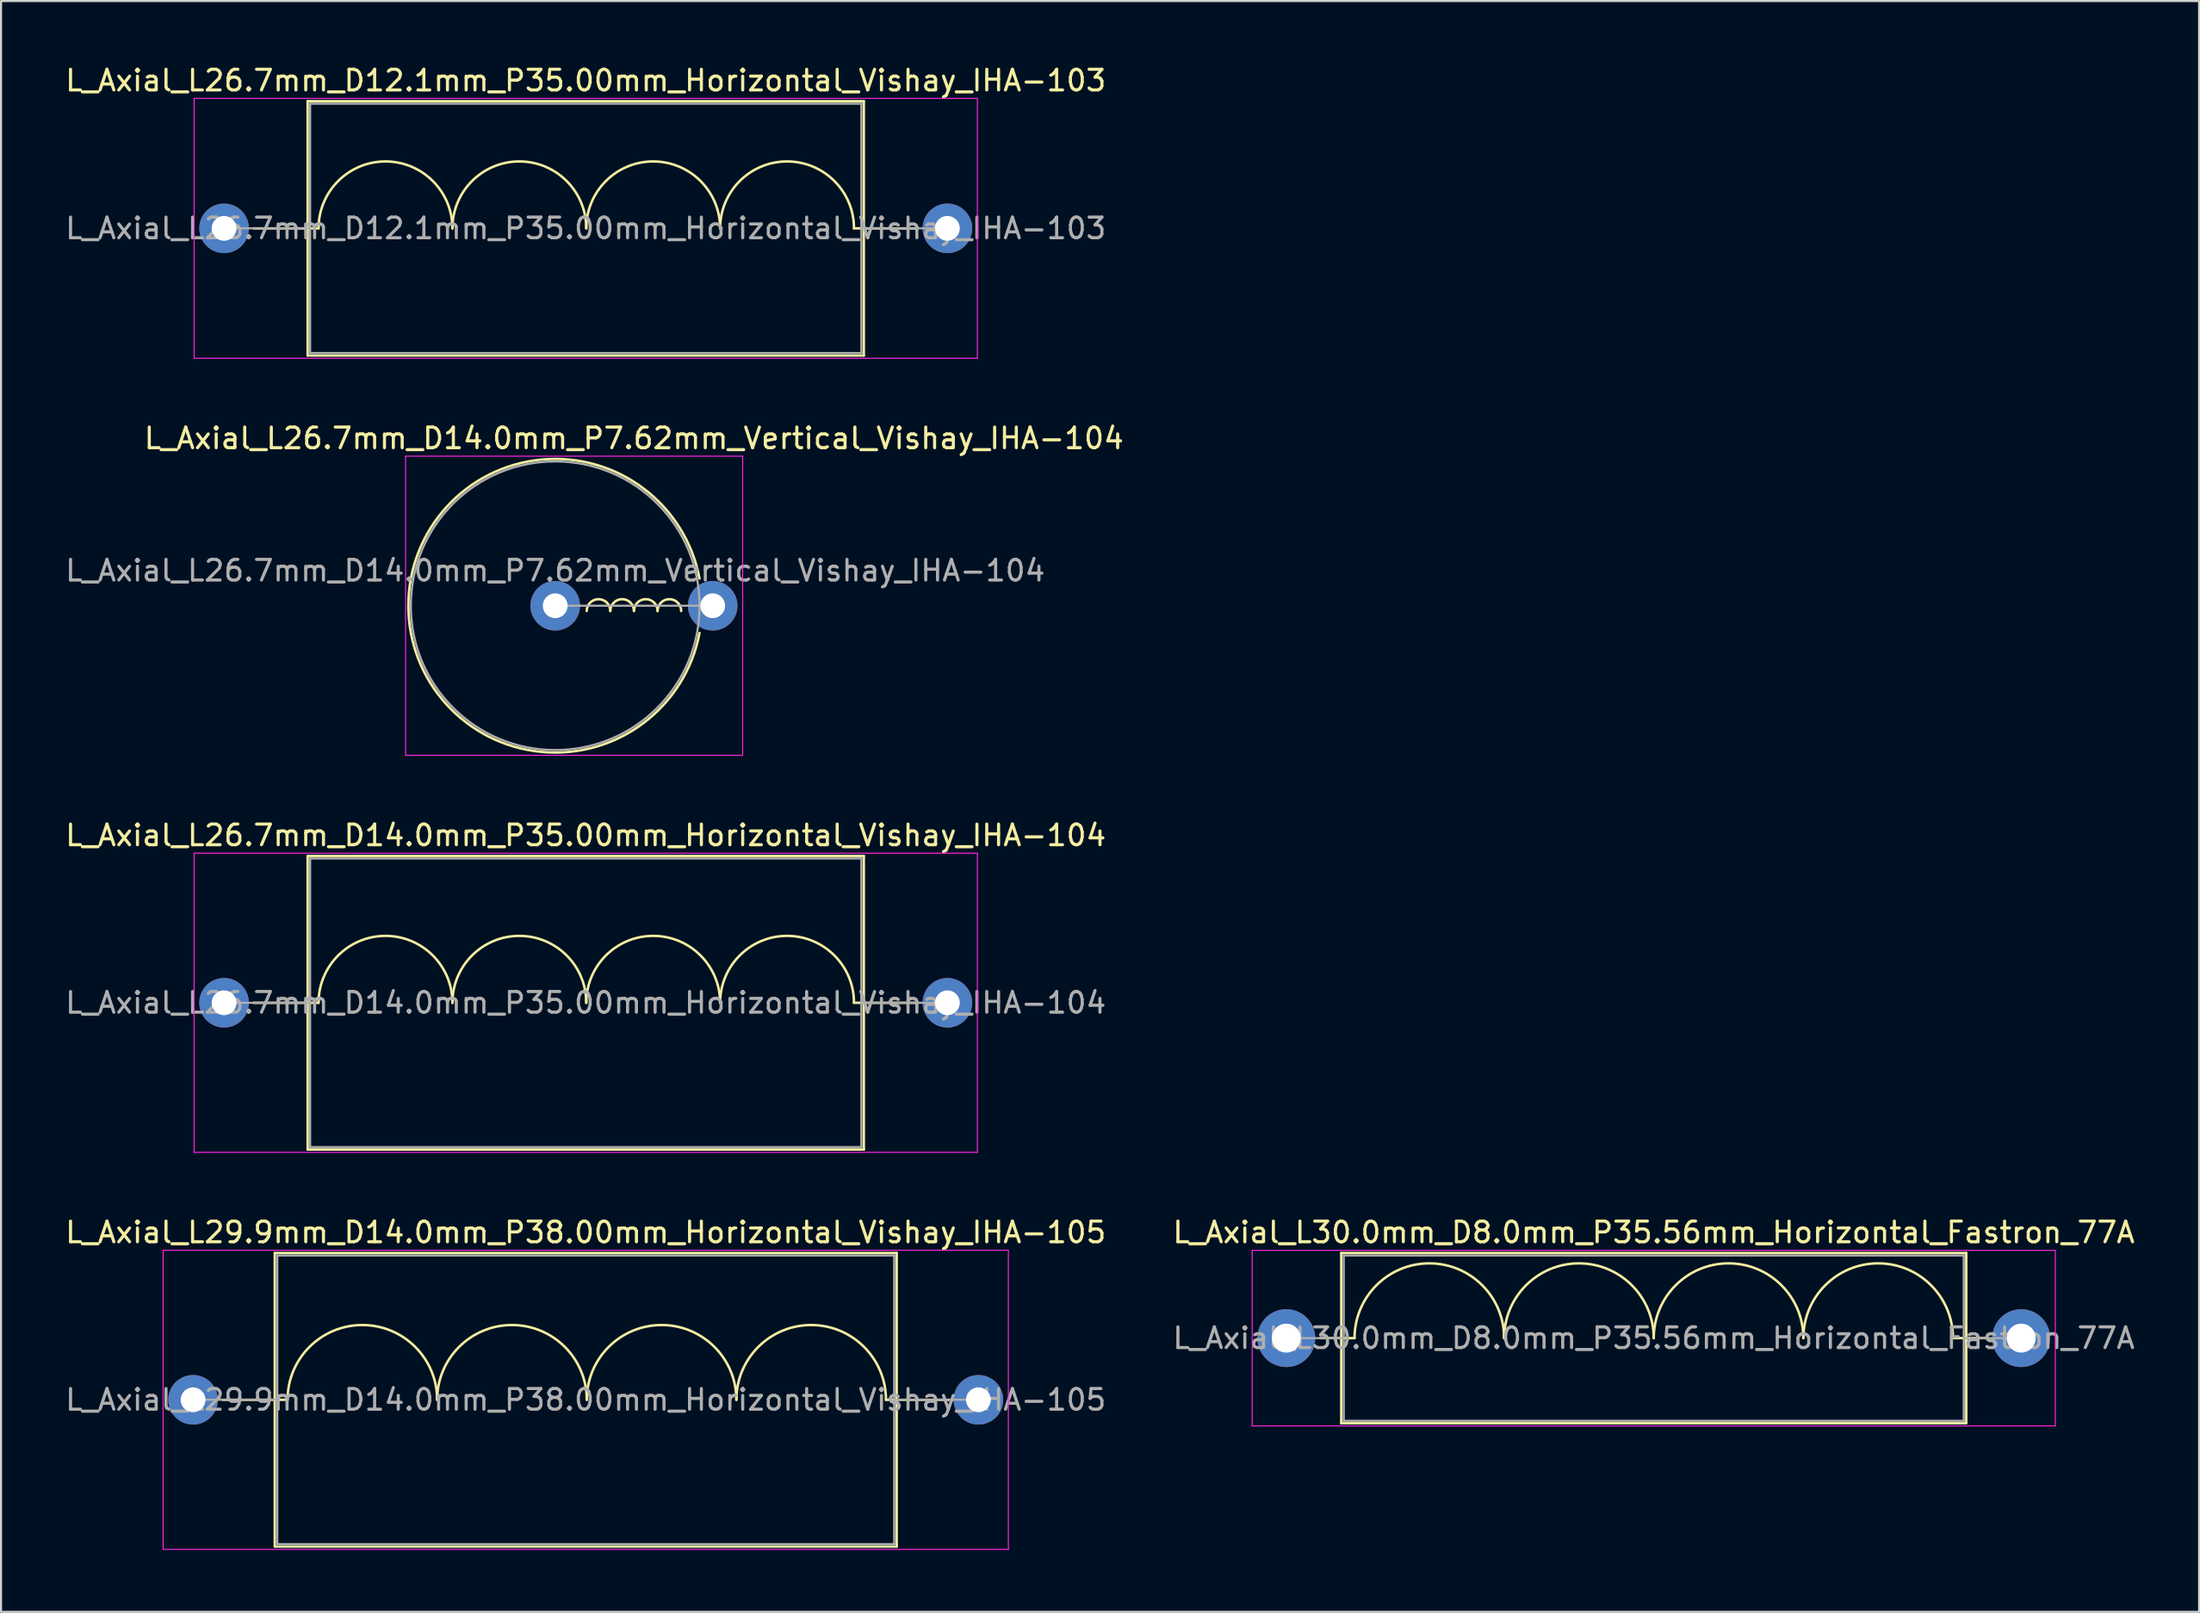
<source format=kicad_pcb>
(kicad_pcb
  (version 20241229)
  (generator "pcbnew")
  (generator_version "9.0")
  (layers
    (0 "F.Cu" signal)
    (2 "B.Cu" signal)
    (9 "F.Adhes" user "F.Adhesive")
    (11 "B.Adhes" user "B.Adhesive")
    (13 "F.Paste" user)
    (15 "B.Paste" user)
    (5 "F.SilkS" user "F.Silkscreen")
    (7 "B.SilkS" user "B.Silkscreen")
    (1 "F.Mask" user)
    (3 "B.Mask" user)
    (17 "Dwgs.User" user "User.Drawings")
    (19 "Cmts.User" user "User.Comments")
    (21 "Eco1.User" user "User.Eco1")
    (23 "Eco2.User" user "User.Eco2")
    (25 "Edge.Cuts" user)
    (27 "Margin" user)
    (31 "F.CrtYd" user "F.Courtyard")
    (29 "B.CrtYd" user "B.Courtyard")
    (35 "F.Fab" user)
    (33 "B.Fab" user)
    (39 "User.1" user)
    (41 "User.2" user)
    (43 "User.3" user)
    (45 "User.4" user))
  (footprint "L_Axial_L29.9mm_D14.0mm_P38.00mm_Horizontal_Vishay_IHA-105"
    (layer "F.Cu")
    (at 6.292 64.708)
    (property "Reference" "L_Axial_L29.9mm_D14.0mm_P38.00mm_Horizontal_Vishay_IHA-105" (at 19 -8.105 0) (layer "F.SilkS") (effects (font (size 1 1) (thickness 0.15))))
    (attr through_hole)
    (fp_line (start 1.44 0) (end 3.955 0) (stroke (width 0.12) (type solid)) (layer "F.SilkS"))
    (fp_line (start 3.955 -7.105) (end 3.955 7.105) (stroke (width 0.12) (type solid)) (layer "F.SilkS"))
    (fp_line (start 3.955 7.105) (end 34.045 7.105) (stroke (width 0.12) (type solid)) (layer "F.SilkS"))
    (fp_line (start 4.572 0) (end 3.955 0) (stroke (width 0.12) (type solid)) (layer "F.SilkS"))
    (fp_line (start 33.528 0) (end 34.036 0) (stroke (width 0.12) (type solid)) (layer "F.SilkS"))
    (fp_line (start 34.045 -7.105) (end 3.955 -7.105) (stroke (width 0.12) (type solid)) (layer "F.SilkS"))
    (fp_line (start 34.045 7.105) (end 34.045 -7.105) (stroke (width 0.12) (type solid)) (layer "F.SilkS"))
    (fp_line (start 36.56 0) (end 34.045 0) (stroke (width 0.12) (type solid)) (layer "F.SilkS"))
    (fp_arc (start 4.572 0) (mid 8.1915 -3.6195) (end 11.811 0) (stroke (width 0.12) (type solid)) (layer "F.SilkS"))
    (fp_arc (start 11.811 0) (mid 15.4305 -3.6195) (end 19.05 0) (stroke (width 0.12) (type solid)) (layer "F.SilkS"))
    (fp_arc (start 19.05 0) (mid 22.6695 -3.6195) (end 26.289 0) (stroke (width 0.12) (type solid)) (layer "F.SilkS"))
    (fp_arc (start 26.289 0) (mid 29.9085 -3.6195) (end 33.528 0) (stroke (width 0.12) (type solid)) (layer "F.SilkS"))
    (fp_line (start -1.45 -7.24) (end -1.45 7.24) (stroke (width 0.05) (type solid)) (layer "F.CrtYd"))
    (fp_line (start -1.45 7.24) (end 39.45 7.24) (stroke (width 0.05) (type solid)) (layer "F.CrtYd"))
    (fp_line (start 39.45 -7.24) (end -1.45 -7.24) (stroke (width 0.05) (type solid)) (layer "F.CrtYd"))
    (fp_line (start 39.45 7.24) (end 39.45 -7.24) (stroke (width 0.05) (type solid)) (layer "F.CrtYd"))
    (fp_line (start 0 0) (end 4.075 0) (stroke (width 0.1) (type solid)) (layer "F.Fab"))
    (fp_line (start 4.075 -6.985) (end 4.075 6.985) (stroke (width 0.1) (type solid)) (layer "F.Fab"))
    (fp_line (start 4.075 6.985) (end 33.925 6.985) (stroke (width 0.1) (type solid)) (layer "F.Fab"))
    (fp_line (start 33.925 -6.985) (end 4.075 -6.985) (stroke (width 0.1) (type solid)) (layer "F.Fab"))
    (fp_line (start 33.925 6.985) (end 33.925 -6.985) (stroke (width 0.1) (type solid)) (layer "F.Fab"))
    (fp_line (start 38 0) (end 33.925 0) (stroke (width 0.1) (type solid)) (layer "F.Fab"))
    (fp_text user "${REFERENCE}" (at 19 0 0) (layer "F.Fab") (effects (font (size 1 1) (thickness 0.15))))
    (pad "1" thru_hole circle (at 0 0) (size 2.4 2.4) (drill 1.2) (layers "*.Cu" "*.Mask"))
    (pad "2" thru_hole oval (at 38 0) (size 2.4 2.4) (drill 1.2) (layers "*.Cu" "*.Mask")))
  (footprint "L_Axial_L30.0mm_D8.0mm_P35.56mm_Horizontal_Fastron_77A"
    (layer "F.Cu")
    (at 59.19 61.723)
    (property "Reference" "L_Axial_L30.0mm_D8.0mm_P35.56mm_Horizontal_Fastron_77A" (at 17.78 -5.12 0) (layer "F.SilkS") (effects (font (size 1 1) (thickness 0.15))))
    (attr through_hole)
    (fp_line (start 1.64 0) (end 2.66 0) (stroke (width 0.12) (type solid)) (layer "F.SilkS"))
    (fp_line (start 2.66 -4.12) (end 2.66 4.12) (stroke (width 0.12) (type solid)) (layer "F.SilkS"))
    (fp_line (start 2.66 4.12) (end 32.9 4.12) (stroke (width 0.12) (type solid)) (layer "F.SilkS"))
    (fp_line (start 3.302 0) (end 2.685 0) (stroke (width 0.12) (type solid)) (layer "F.SilkS"))
    (fp_line (start 32.258 0) (end 32.893 0) (stroke (width 0.12) (type solid)) (layer "F.SilkS"))
    (fp_line (start 32.9 -4.12) (end 2.66 -4.12) (stroke (width 0.12) (type solid)) (layer "F.SilkS"))
    (fp_line (start 32.9 4.12) (end 32.9 -4.12) (stroke (width 0.12) (type solid)) (layer "F.SilkS"))
    (fp_line (start 33.92 0) (end 32.9 0) (stroke (width 0.12) (type solid)) (layer "F.SilkS"))
    (fp_arc (start 3.302 0) (mid 6.9215 -3.6195) (end 10.541 0) (stroke (width 0.12) (type solid)) (layer "F.SilkS"))
    (fp_arc (start 10.541 0) (mid 14.1605 -3.6195) (end 17.78 0) (stroke (width 0.12) (type solid)) (layer "F.SilkS"))
    (fp_arc (start 17.78 0) (mid 21.3995 -3.6195) (end 25.019 0) (stroke (width 0.12) (type solid)) (layer "F.SilkS"))
    (fp_arc (start 25.019 0) (mid 28.6385 -3.6195) (end 32.258 0) (stroke (width 0.12) (type solid)) (layer "F.SilkS"))
    (fp_line (start -1.65 -4.25) (end -1.65 4.25) (stroke (width 0.05) (type solid)) (layer "F.CrtYd"))
    (fp_line (start -1.65 4.25) (end 37.21 4.25) (stroke (width 0.05) (type solid)) (layer "F.CrtYd"))
    (fp_line (start 37.21 -4.25) (end -1.65 -4.25) (stroke (width 0.05) (type solid)) (layer "F.CrtYd"))
    (fp_line (start 37.21 4.25) (end 37.21 -4.25) (stroke (width 0.05) (type solid)) (layer "F.CrtYd"))
    (fp_line (start 0 0) (end 2.78 0) (stroke (width 0.1) (type solid)) (layer "F.Fab"))
    (fp_line (start 2.78 -4) (end 2.78 4) (stroke (width 0.1) (type solid)) (layer "F.Fab"))
    (fp_line (start 2.78 4) (end 32.78 4) (stroke (width 0.1) (type solid)) (layer "F.Fab"))
    (fp_line (start 32.78 -4) (end 2.78 -4) (stroke (width 0.1) (type solid)) (layer "F.Fab"))
    (fp_line (start 32.78 4) (end 32.78 -4) (stroke (width 0.1) (type solid)) (layer "F.Fab"))
    (fp_line (start 35.56 0) (end 32.78 0) (stroke (width 0.1) (type solid)) (layer "F.Fab"))
    (fp_text user "${REFERENCE}" (at 17.78 0 0) (layer "F.Fab") (effects (font (size 1 1) (thickness 0.15))))
    (pad "1" thru_hole circle (at 0 0) (size 2.8 2.8) (drill 1.4) (layers "*.Cu" "*.Mask"))
    (pad "2" thru_hole oval (at 35.56 0) (size 2.8 2.8) (drill 1.4) (layers "*.Cu" "*.Mask")))
  (footprint "L_Axial_L26.7mm_D12.1mm_P35.00mm_Horizontal_Vishay_IHA-103"
    (layer "F.Cu")
    (at 7.792 8.003)
    (property "Reference" "L_Axial_L26.7mm_D12.1mm_P35.00mm_Horizontal_Vishay_IHA-103" (at 17.5 -7.155 0) (layer "F.SilkS") (effects (font (size 1 1) (thickness 0.15))))
    (attr through_hole)
    (fp_line (start 1.44 0) (end 4.045 0) (stroke (width 0.12) (type solid)) (layer "F.SilkS"))
    (fp_line (start 4.045 -6.155) (end 4.045 6.155) (stroke (width 0.12) (type solid)) (layer "F.SilkS"))
    (fp_line (start 4.045 6.155) (end 30.955 6.155) (stroke (width 0.12) (type solid)) (layer "F.SilkS"))
    (fp_line (start 4.572 0) (end 4.045 0) (stroke (width 0.12) (type solid)) (layer "F.SilkS"))
    (fp_line (start 30.48 0) (end 30.988 0) (stroke (width 0.12) (type solid)) (layer "F.SilkS"))
    (fp_line (start 30.955 -6.155) (end 4.045 -6.155) (stroke (width 0.12) (type solid)) (layer "F.SilkS"))
    (fp_line (start 30.955 6.155) (end 30.955 -6.155) (stroke (width 0.12) (type solid)) (layer "F.SilkS"))
    (fp_line (start 33.56 0) (end 30.955 0) (stroke (width 0.12) (type solid)) (layer "F.SilkS"))
    (fp_arc (start 4.572 0) (mid 7.8105 -3.2385) (end 11.049 0) (stroke (width 0.12) (type solid)) (layer "F.SilkS"))
    (fp_arc (start 11.049 0) (mid 14.2875 -3.2385) (end 17.526 0) (stroke (width 0.12) (type solid)) (layer "F.SilkS"))
    (fp_arc (start 17.526 0) (mid 20.7645 -3.2385) (end 24.003 0) (stroke (width 0.12) (type solid)) (layer "F.SilkS"))
    (fp_arc (start 24.003 0) (mid 27.2415 -3.2385) (end 30.48 0) (stroke (width 0.12) (type solid)) (layer "F.SilkS"))
    (fp_line (start -1.45 -6.29) (end -1.45 6.29) (stroke (width 0.05) (type solid)) (layer "F.CrtYd"))
    (fp_line (start -1.45 6.29) (end 36.45 6.29) (stroke (width 0.05) (type solid)) (layer "F.CrtYd"))
    (fp_line (start 36.45 -6.29) (end -1.45 -6.29) (stroke (width 0.05) (type solid)) (layer "F.CrtYd"))
    (fp_line (start 36.45 6.29) (end 36.45 -6.29) (stroke (width 0.05) (type solid)) (layer "F.CrtYd"))
    (fp_line (start 0 0) (end 4.165 0) (stroke (width 0.1) (type solid)) (layer "F.Fab"))
    (fp_line (start 4.165 -6.035) (end 4.165 6.035) (stroke (width 0.1) (type solid)) (layer "F.Fab"))
    (fp_line (start 4.165 6.035) (end 30.835 6.035) (stroke (width 0.1) (type solid)) (layer "F.Fab"))
    (fp_line (start 30.835 -6.035) (end 4.165 -6.035) (stroke (width 0.1) (type solid)) (layer "F.Fab"))
    (fp_line (start 30.835 6.035) (end 30.835 -6.035) (stroke (width 0.1) (type solid)) (layer "F.Fab"))
    (fp_line (start 35 0) (end 30.835 0) (stroke (width 0.1) (type solid)) (layer "F.Fab"))
    (fp_text user "${REFERENCE}" (at 17.5 0 0) (layer "F.Fab") (effects (font (size 1 1) (thickness 0.15))))
    (pad "1" thru_hole circle (at 0 0) (size 2.4 2.4) (drill 1.2) (layers "*.Cu" "*.Mask"))
    (pad "2" thru_hole oval (at 35 0) (size 2.4 2.4) (drill 1.2) (layers "*.Cu" "*.Mask")))
  (footprint "L_Axial_L26.7mm_D14.0mm_P7.62mm_Vertical_Vishay_IHA-104"
    (layer "F.Cu")
    (at 23.815 26.271)
    (property "Reference" "L_Axial_L26.7mm_D14.0mm_P7.62mm_Vertical_Vishay_IHA-104" (at 3.81 -8.105 0) (layer "F.SilkS") (effects (font (size 1 1) (thickness 0.15))))
    (attr through_hole)
    (fp_arc (start 1.524 0.254) (mid 2.0955 -0.3175) (end 2.667 0.254) (stroke (width 0.12) (type solid)) (layer "F.SilkS"))
    (fp_arc (start 2.667 0.254) (mid 3.2385 -0.3175) (end 3.81 0.254) (stroke (width 0.12) (type solid)) (layer "F.SilkS"))
    (fp_arc (start 3.81 0.254) (mid 4.3815 -0.3175) (end 4.953 0.254) (stroke (width 0.12) (type solid)) (layer "F.SilkS"))
    (fp_arc (start 4.953 0.254) (mid 5.5245 -0.3175) (end 6.096 0.254) (stroke (width 0.12) (type solid)) (layer "F.SilkS"))
    (fp_arc (start 6.981305 1.32) (mid -7.105 0) (end 6.981305 -1.32) (stroke (width 0.12) (type solid)) (layer "F.SilkS"))
    (fp_line (start -7.24 -7.24) (end -7.24 7.24) (stroke (width 0.05) (type solid)) (layer "F.CrtYd"))
    (fp_line (start -7.24 7.24) (end 9.07 7.24) (stroke (width 0.05) (type solid)) (layer "F.CrtYd"))
    (fp_line (start 9.07 -7.24) (end -7.24 -7.24) (stroke (width 0.05) (type solid)) (layer "F.CrtYd"))
    (fp_line (start 9.07 7.24) (end 9.07 -7.24) (stroke (width 0.05) (type solid)) (layer "F.CrtYd"))
    (fp_line (start 0 0) (end 7.62 0) (stroke (width 0.1) (type solid)) (layer "F.Fab"))
    (fp_circle (center 0 0) (end 6.985 0) (stroke (width 0.1) (type solid)) (fill no) (layer "F.Fab"))
    (fp_text user "${REFERENCE}" (at 0 -1.7 0) (layer "F.Fab") (effects (font (size 1 1) (thickness 0.15))))
    (pad "1" thru_hole circle (at 0 0) (size 2.4 2.4) (drill 1.2) (layers "*.Cu" "*.Mask"))
    (pad "2" thru_hole oval (at 7.62 0) (size 2.4 2.4) (drill 1.2) (layers "*.Cu" "*.Mask")))
  (footprint "L_Axial_L26.7mm_D14.0mm_P35.00mm_Horizontal_Vishay_IHA-104"
    (layer "F.Cu")
    (at 7.792 45.49)
    (property "Reference" "L_Axial_L26.7mm_D14.0mm_P35.00mm_Horizontal_Vishay_IHA-104" (at 17.5 -8.105 0) (layer "F.SilkS") (effects (font (size 1 1) (thickness 0.15))))
    (attr through_hole)
    (fp_line (start 1.44 0) (end 4.045 0) (stroke (width 0.12) (type solid)) (layer "F.SilkS"))
    (fp_line (start 4.045 -7.105) (end 4.045 7.105) (stroke (width 0.12) (type solid)) (layer "F.SilkS"))
    (fp_line (start 4.045 7.105) (end 30.955 7.105) (stroke (width 0.12) (type solid)) (layer "F.SilkS"))
    (fp_line (start 4.572 0) (end 4.045 0) (stroke (width 0.12) (type solid)) (layer "F.SilkS"))
    (fp_line (start 30.48 0) (end 30.988 0) (stroke (width 0.12) (type solid)) (layer "F.SilkS"))
    (fp_line (start 30.955 -7.105) (end 4.045 -7.105) (stroke (width 0.12) (type solid)) (layer "F.SilkS"))
    (fp_line (start 30.955 7.105) (end 30.955 -7.105) (stroke (width 0.12) (type solid)) (layer "F.SilkS"))
    (fp_line (start 33.56 0) (end 30.955 0) (stroke (width 0.12) (type solid)) (layer "F.SilkS"))
    (fp_arc (start 4.572 0) (mid 7.8105 -3.2385) (end 11.049 0) (stroke (width 0.12) (type solid)) (layer "F.SilkS"))
    (fp_arc (start 11.049 0) (mid 14.2875 -3.2385) (end 17.526 0) (stroke (width 0.12) (type solid)) (layer "F.SilkS"))
    (fp_arc (start 17.526 0) (mid 20.7645 -3.2385) (end 24.003 0) (stroke (width 0.12) (type solid)) (layer "F.SilkS"))
    (fp_arc (start 24.003 0) (mid 27.2415 -3.2385) (end 30.48 0) (stroke (width 0.12) (type solid)) (layer "F.SilkS"))
    (fp_line (start -1.45 -7.24) (end -1.45 7.24) (stroke (width 0.05) (type solid)) (layer "F.CrtYd"))
    (fp_line (start -1.45 7.24) (end 36.45 7.24) (stroke (width 0.05) (type solid)) (layer "F.CrtYd"))
    (fp_line (start 36.45 -7.24) (end -1.45 -7.24) (stroke (width 0.05) (type solid)) (layer "F.CrtYd"))
    (fp_line (start 36.45 7.24) (end 36.45 -7.24) (stroke (width 0.05) (type solid)) (layer "F.CrtYd"))
    (fp_line (start 0 0) (end 4.165 0) (stroke (width 0.1) (type solid)) (layer "F.Fab"))
    (fp_line (start 4.165 -6.985) (end 4.165 6.985) (stroke (width 0.1) (type solid)) (layer "F.Fab"))
    (fp_line (start 4.165 6.985) (end 30.835 6.985) (stroke (width 0.1) (type solid)) (layer "F.Fab"))
    (fp_line (start 30.835 -6.985) (end 4.165 -6.985) (stroke (width 0.1) (type solid)) (layer "F.Fab"))
    (fp_line (start 30.835 6.985) (end 30.835 -6.985) (stroke (width 0.1) (type solid)) (layer "F.Fab"))
    (fp_line (start 35 0) (end 30.835 0) (stroke (width 0.1) (type solid)) (layer "F.Fab"))
    (fp_text user "${REFERENCE}" (at 17.5 0 0) (layer "F.Fab") (effects (font (size 1 1) (thickness 0.15))))
    (pad "1" thru_hole circle (at 0 0) (size 2.4 2.4) (drill 1.2) (layers "*.Cu" "*.Mask"))
    (pad "2" thru_hole oval (at 35 0) (size 2.4 2.4) (drill 1.2) (layers "*.Cu" "*.Mask")))
  (gr_rect
    (start -3 -3)
    (end 103.357 74.973)
    (stroke (width 0.1) (type default))
    (fill no)
    (layer "Edge.Cuts")))
</source>
